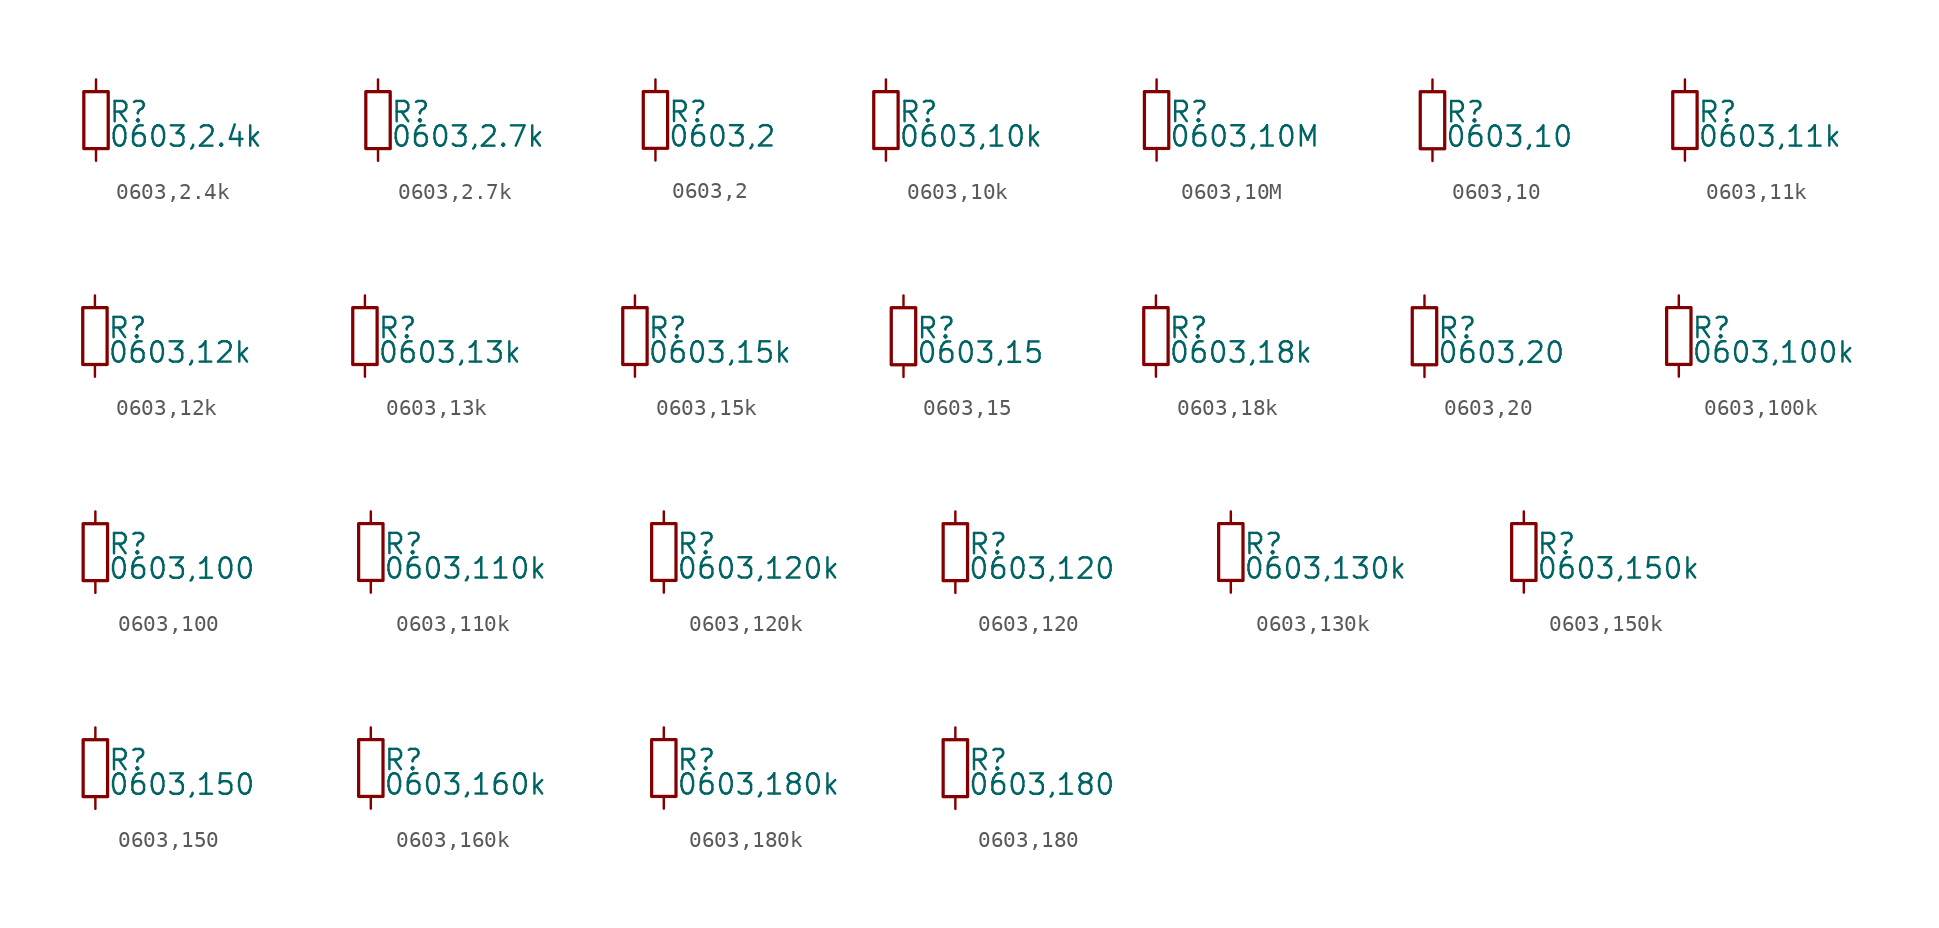
<source format=kicad_sym>
(kicad_symbol_lib
  (version 20220914)
  (generator kicad_symbol_editor)
  (symbol "0603,2.4k"
    (property "Reference" "R"
      (at 0.762 0.508 0)
      (effects (font (size 1.27 1.27)) (justify left)))
    (property "Value" "0603,2.4k"
      (at 0.762 -1.016 0)
      (effects (font (size 1.27 1.27)) (justify left)))
    (property "ki_locked" ""
      (at 0 0 0)
      (effects (font (size 1.27 1.27))))
    (symbol "0603,2.4k_0_0"
      (rectangle (start -0.762 1.778) (end 0.762 -1.778) (stroke (width 0.203) (type default)) (fill (type none)))
      (pin passive line (at 0 2.54 270) (length 0.762) (name "~" (effects (font (size 0 0)))) (number "1" (effects (font (size 0 0)))))
      (pin passive line (at 0 -2.54 90) (length 0.762) (name "~" (effects (font (size 0 0)))) (number "2" (effects (font (size 0 0)))))))
  (symbol "0603,2.7k"
    (property "Reference" "R"
      (at 0.762 0.508 0)
      (effects (font (size 1.27 1.27)) (justify left)))
    (property "Value" "0603,2.7k"
      (at 0.762 -1.016 0)
      (effects (font (size 1.27 1.27)) (justify left)))
    (property "ki_locked" ""
      (at 0 0 0)
      (effects (font (size 1.27 1.27))))
    (symbol "0603,2.7k_0_0"
      (rectangle (start -0.762 1.778) (end 0.762 -1.778) (stroke (width 0.203) (type default)) (fill (type none)))
      (pin passive line (at 0 2.54 270) (length 0.762) (name "~" (effects (font (size 0 0)))) (number "1" (effects (font (size 0 0)))))
      (pin passive line (at 0 -2.54 90) (length 0.762) (name "~" (effects (font (size 0 0)))) (number "2" (effects (font (size 0 0)))))))
  (symbol "0603,2"
    (property "Reference" "R"
      (at 0.762 0.508 0)
      (effects (font (size 1.27 1.27)) (justify left)))
    (property "Value" "0603,2"
      (at 0.762 -1.016 0)
      (effects (font (size 1.27 1.27)) (justify left)))
    (property "ki_locked" ""
      (at 0 0 0)
      (effects (font (size 1.27 1.27))))
    (symbol "0603,2_0_0"
      (rectangle (start -0.762 1.778) (end 0.762 -1.778) (stroke (width 0.203) (type default)) (fill (type none)))
      (pin passive line (at 0 2.54 270) (length 0.762) (name "~" (effects (font (size 0 0)))) (number "1" (effects (font (size 0 0)))))
      (pin passive line (at 0 -2.54 90) (length 0.762) (name "~" (effects (font (size 0 0)))) (number "2" (effects (font (size 0 0)))))))
  (symbol "0603,10k"
    (property "Reference" "R"
      (at 0.762 0.508 0)
      (effects (font (size 1.27 1.27)) (justify left)))
    (property "Value" "0603,10k"
      (at 0.762 -1.016 0)
      (effects (font (size 1.27 1.27)) (justify left)))
    (property "ki_locked" ""
      (at 0 0 0)
      (effects (font (size 1.27 1.27))))
    (symbol "0603,10k_0_0"
      (rectangle (start -0.762 1.778) (end 0.762 -1.778) (stroke (width 0.203) (type default)) (fill (type none)))
      (pin passive line (at 0 2.54 270) (length 0.762) (name "~" (effects (font (size 0 0)))) (number "1" (effects (font (size 0 0)))))
      (pin passive line (at 0 -2.54 90) (length 0.762) (name "~" (effects (font (size 0 0)))) (number "2" (effects (font (size 0 0)))))))
  (symbol "0603,10M"
    (property "Reference" "R"
      (at 0.762 0.508 0)
      (effects (font (size 1.27 1.27)) (justify left)))
    (property "Value" "0603,10M"
      (at 0.762 -1.016 0)
      (effects (font (size 1.27 1.27)) (justify left)))
    (property "ki_locked" ""
      (at 0 0 0)
      (effects (font (size 1.27 1.27))))
    (symbol "0603,10M_0_0"
      (rectangle (start -0.762 1.778) (end 0.762 -1.778) (stroke (width 0.203) (type default)) (fill (type none)))
      (pin passive line (at 0 2.54 270) (length 0.762) (name "~" (effects (font (size 0 0)))) (number "1" (effects (font (size 0 0)))))
      (pin passive line (at 0 -2.54 90) (length 0.762) (name "~" (effects (font (size 0 0)))) (number "2" (effects (font (size 0 0)))))))
  (symbol "0603,10"
    (property "Reference" "R"
      (at 0.762 0.508 0)
      (effects (font (size 1.27 1.27)) (justify left)))
    (property "Value" "0603,10"
      (at 0.762 -1.016 0)
      (effects (font (size 1.27 1.27)) (justify left)))
    (property "ki_locked" ""
      (at 0 0 0)
      (effects (font (size 1.27 1.27))))
    (symbol "0603,10_0_0"
      (rectangle (start -0.762 1.778) (end 0.762 -1.778) (stroke (width 0.203) (type default)) (fill (type none)))
      (pin passive line (at 0 2.54 270) (length 0.762) (name "~" (effects (font (size 0 0)))) (number "1" (effects (font (size 0 0)))))
      (pin passive line (at 0 -2.54 90) (length 0.762) (name "~" (effects (font (size 0 0)))) (number "2" (effects (font (size 0 0)))))))
  (symbol "0603,11k"
    (property "Reference" "R"
      (at 0.762 0.508 0)
      (effects (font (size 1.27 1.27)) (justify left)))
    (property "Value" "0603,11k"
      (at 0.762 -1.016 0)
      (effects (font (size 1.27 1.27)) (justify left)))
    (property "ki_locked" ""
      (at 0 0 0)
      (effects (font (size 1.27 1.27))))
    (symbol "0603,11k_0_0"
      (rectangle (start -0.762 1.778) (end 0.762 -1.778) (stroke (width 0.203) (type default)) (fill (type none)))
      (pin passive line (at 0 2.54 270) (length 0.762) (name "~" (effects (font (size 0 0)))) (number "1" (effects (font (size 0 0)))))
      (pin passive line (at 0 -2.54 90) (length 0.762) (name "~" (effects (font (size 0 0)))) (number "2" (effects (font (size 0 0)))))))
  (symbol "0603,12k"
    (property "Reference" "R"
      (at 0.762 0.508 0)
      (effects (font (size 1.27 1.27)) (justify left)))
    (property "Value" "0603,12k"
      (at 0.762 -1.016 0)
      (effects (font (size 1.27 1.27)) (justify left)))
    (property "ki_locked" ""
      (at 0 0 0)
      (effects (font (size 1.27 1.27))))
    (symbol "0603,12k_0_0"
      (rectangle (start -0.762 1.778) (end 0.762 -1.778) (stroke (width 0.203) (type default)) (fill (type none)))
      (pin passive line (at 0 2.54 270) (length 0.762) (name "~" (effects (font (size 0 0)))) (number "1" (effects (font (size 0 0)))))
      (pin passive line (at 0 -2.54 90) (length 0.762) (name "~" (effects (font (size 0 0)))) (number "2" (effects (font (size 0 0)))))))
  (symbol "0603,13k"
    (property "Reference" "R"
      (at 0.762 0.508 0)
      (effects (font (size 1.27 1.27)) (justify left)))
    (property "Value" "0603,13k"
      (at 0.762 -1.016 0)
      (effects (font (size 1.27 1.27)) (justify left)))
    (property "ki_locked" ""
      (at 0 0 0)
      (effects (font (size 1.27 1.27))))
    (symbol "0603,13k_0_0"
      (rectangle (start -0.762 1.778) (end 0.762 -1.778) (stroke (width 0.203) (type default)) (fill (type none)))
      (pin passive line (at 0 2.54 270) (length 0.762) (name "~" (effects (font (size 0 0)))) (number "1" (effects (font (size 0 0)))))
      (pin passive line (at 0 -2.54 90) (length 0.762) (name "~" (effects (font (size 0 0)))) (number "2" (effects (font (size 0 0)))))))
  (symbol "0603,15k"
    (property "Reference" "R"
      (at 0.762 0.508 0)
      (effects (font (size 1.27 1.27)) (justify left)))
    (property "Value" "0603,15k"
      (at 0.762 -1.016 0)
      (effects (font (size 1.27 1.27)) (justify left)))
    (property "ki_locked" ""
      (at 0 0 0)
      (effects (font (size 1.27 1.27))))
    (symbol "0603,15k_0_0"
      (rectangle (start -0.762 1.778) (end 0.762 -1.778) (stroke (width 0.203) (type default)) (fill (type none)))
      (pin passive line (at 0 2.54 270) (length 0.762) (name "~" (effects (font (size 0 0)))) (number "1" (effects (font (size 0 0)))))
      (pin passive line (at 0 -2.54 90) (length 0.762) (name "~" (effects (font (size 0 0)))) (number "2" (effects (font (size 0 0)))))))
  (symbol "0603,15"
    (property "Reference" "R"
      (at 0.762 0.508 0)
      (effects (font (size 1.27 1.27)) (justify left)))
    (property "Value" "0603,15"
      (at 0.762 -1.016 0)
      (effects (font (size 1.27 1.27)) (justify left)))
    (property "ki_locked" ""
      (at 0 0 0)
      (effects (font (size 1.27 1.27))))
    (symbol "0603,15_0_0"
      (rectangle (start -0.762 1.778) (end 0.762 -1.778) (stroke (width 0.203) (type default)) (fill (type none)))
      (pin passive line (at 0 2.54 270) (length 0.762) (name "~" (effects (font (size 0 0)))) (number "1" (effects (font (size 0 0)))))
      (pin passive line (at 0 -2.54 90) (length 0.762) (name "~" (effects (font (size 0 0)))) (number "2" (effects (font (size 0 0)))))))
  (symbol "0603,18k"
    (property "Reference" "R"
      (at 0.762 0.508 0)
      (effects (font (size 1.27 1.27)) (justify left)))
    (property "Value" "0603,18k"
      (at 0.762 -1.016 0)
      (effects (font (size 1.27 1.27)) (justify left)))
    (property "ki_locked" ""
      (at 0 0 0)
      (effects (font (size 1.27 1.27))))
    (symbol "0603,18k_0_0"
      (rectangle (start -0.762 1.778) (end 0.762 -1.778) (stroke (width 0.203) (type default)) (fill (type none)))
      (pin passive line (at 0 2.54 270) (length 0.762) (name "~" (effects (font (size 0 0)))) (number "1" (effects (font (size 0 0)))))
      (pin passive line (at 0 -2.54 90) (length 0.762) (name "~" (effects (font (size 0 0)))) (number "2" (effects (font (size 0 0)))))))
  (symbol "0603,20"
    (property "Reference" "R"
      (at 0.762 0.508 0)
      (effects (font (size 1.27 1.27)) (justify left)))
    (property "Value" "0603,20"
      (at 0.762 -1.016 0)
      (effects (font (size 1.27 1.27)) (justify left)))
    (property "ki_locked" ""
      (at 0 0 0)
      (effects (font (size 1.27 1.27))))
    (symbol "0603,20_0_0"
      (rectangle (start -0.762 1.778) (end 0.762 -1.778) (stroke (width 0.203) (type default)) (fill (type none)))
      (pin passive line (at 0 2.54 270) (length 0.762) (name "~" (effects (font (size 0 0)))) (number "1" (effects (font (size 0 0)))))
      (pin passive line (at 0 -2.54 90) (length 0.762) (name "~" (effects (font (size 0 0)))) (number "2" (effects (font (size 0 0)))))))
  (symbol "0603,100k"
    (property "Reference" "R"
      (at 0.762 0.508 0)
      (effects (font (size 1.27 1.27)) (justify left)))
    (property "Value" "0603,100k"
      (at 0.762 -1.016 0)
      (effects (font (size 1.27 1.27)) (justify left)))
    (property "ki_locked" ""
      (at 0 0 0)
      (effects (font (size 1.27 1.27))))
    (symbol "0603,100k_0_0"
      (rectangle (start -0.762 1.778) (end 0.762 -1.778) (stroke (width 0.203) (type default)) (fill (type none)))
      (pin passive line (at 0 2.54 270) (length 0.762) (name "~" (effects (font (size 0 0)))) (number "1" (effects (font (size 0 0)))))
      (pin passive line (at 0 -2.54 90) (length 0.762) (name "~" (effects (font (size 0 0)))) (number "2" (effects (font (size 0 0)))))))
  (symbol "0603,100"
    (property "Reference" "R"
      (at 0.762 0.508 0)
      (effects (font (size 1.27 1.27)) (justify left)))
    (property "Value" "0603,100"
      (at 0.762 -1.016 0)
      (effects (font (size 1.27 1.27)) (justify left)))
    (property "ki_locked" ""
      (at 0 0 0)
      (effects (font (size 1.27 1.27))))
    (symbol "0603,100_0_0"
      (rectangle (start -0.762 1.778) (end 0.762 -1.778) (stroke (width 0.203) (type default)) (fill (type none)))
      (pin passive line (at 0 2.54 270) (length 0.762) (name "~" (effects (font (size 0 0)))) (number "1" (effects (font (size 0 0)))))
      (pin passive line (at 0 -2.54 90) (length 0.762) (name "~" (effects (font (size 0 0)))) (number "2" (effects (font (size 0 0)))))))
  (symbol "0603,110k"
    (property "Reference" "R"
      (at 0.762 0.508 0)
      (effects (font (size 1.27 1.27)) (justify left)))
    (property "Value" "0603,110k"
      (at 0.762 -1.016 0)
      (effects (font (size 1.27 1.27)) (justify left)))
    (property "ki_locked" ""
      (at 0 0 0)
      (effects (font (size 1.27 1.27))))
    (symbol "0603,110k_0_0"
      (rectangle (start -0.762 1.778) (end 0.762 -1.778) (stroke (width 0.203) (type default)) (fill (type none)))
      (pin passive line (at 0 2.54 270) (length 0.762) (name "~" (effects (font (size 0 0)))) (number "1" (effects (font (size 0 0)))))
      (pin passive line (at 0 -2.54 90) (length 0.762) (name "~" (effects (font (size 0 0)))) (number "2" (effects (font (size 0 0)))))))
  (symbol "0603,120k"
    (property "Reference" "R"
      (at 0.762 0.508 0)
      (effects (font (size 1.27 1.27)) (justify left)))
    (property "Value" "0603,120k"
      (at 0.762 -1.016 0)
      (effects (font (size 1.27 1.27)) (justify left)))
    (property "ki_locked" ""
      (at 0 0 0)
      (effects (font (size 1.27 1.27))))
    (symbol "0603,120k_0_0"
      (rectangle (start -0.762 1.778) (end 0.762 -1.778) (stroke (width 0.203) (type default)) (fill (type none)))
      (pin passive line (at 0 2.54 270) (length 0.762) (name "~" (effects (font (size 0 0)))) (number "1" (effects (font (size 0 0)))))
      (pin passive line (at 0 -2.54 90) (length 0.762) (name "~" (effects (font (size 0 0)))) (number "2" (effects (font (size 0 0)))))))
  (symbol "0603,120"
    (property "Reference" "R"
      (at 0.762 0.508 0)
      (effects (font (size 1.27 1.27)) (justify left)))
    (property "Value" "0603,120"
      (at 0.762 -1.016 0)
      (effects (font (size 1.27 1.27)) (justify left)))
    (property "ki_locked" ""
      (at 0 0 0)
      (effects (font (size 1.27 1.27))))
    (symbol "0603,120_0_0"
      (rectangle (start -0.762 1.778) (end 0.762 -1.778) (stroke (width 0.203) (type default)) (fill (type none)))
      (pin passive line (at 0 2.54 270) (length 0.762) (name "~" (effects (font (size 0 0)))) (number "1" (effects (font (size 0 0)))))
      (pin passive line (at 0 -2.54 90) (length 0.762) (name "~" (effects (font (size 0 0)))) (number "2" (effects (font (size 0 0)))))))
  (symbol "0603,130k"
    (property "Reference" "R"
      (at 0.762 0.508 0)
      (effects (font (size 1.27 1.27)) (justify left)))
    (property "Value" "0603,130k"
      (at 0.762 -1.016 0)
      (effects (font (size 1.27 1.27)) (justify left)))
    (property "ki_locked" ""
      (at 0 0 0)
      (effects (font (size 1.27 1.27))))
    (symbol "0603,130k_0_0"
      (rectangle (start -0.762 1.778) (end 0.762 -1.778) (stroke (width 0.203) (type default)) (fill (type none)))
      (pin passive line (at 0 2.54 270) (length 0.762) (name "~" (effects (font (size 0 0)))) (number "1" (effects (font (size 0 0)))))
      (pin passive line (at 0 -2.54 90) (length 0.762) (name "~" (effects (font (size 0 0)))) (number "2" (effects (font (size 0 0)))))))
  (symbol "0603,150k"
    (property "Reference" "R"
      (at 0.762 0.508 0)
      (effects (font (size 1.27 1.27)) (justify left)))
    (property "Value" "0603,150k"
      (at 0.762 -1.016 0)
      (effects (font (size 1.27 1.27)) (justify left)))
    (property "ki_locked" ""
      (at 0 0 0)
      (effects (font (size 1.27 1.27))))
    (symbol "0603,150k_0_0"
      (rectangle (start -0.762 1.778) (end 0.762 -1.778) (stroke (width 0.203) (type default)) (fill (type none)))
      (pin passive line (at 0 2.54 270) (length 0.762) (name "~" (effects (font (size 0 0)))) (number "1" (effects (font (size 0 0)))))
      (pin passive line (at 0 -2.54 90) (length 0.762) (name "~" (effects (font (size 0 0)))) (number "2" (effects (font (size 0 0)))))))
  (symbol "0603,150"
    (property "Reference" "R"
      (at 0.762 0.508 0)
      (effects (font (size 1.27 1.27)) (justify left)))
    (property "Value" "0603,150"
      (at 0.762 -1.016 0)
      (effects (font (size 1.27 1.27)) (justify left)))
    (property "ki_locked" ""
      (at 0 0 0)
      (effects (font (size 1.27 1.27))))
    (symbol "0603,150_0_0"
      (rectangle (start -0.762 1.778) (end 0.762 -1.778) (stroke (width 0.203) (type default)) (fill (type none)))
      (pin passive line (at 0 2.54 270) (length 0.762) (name "~" (effects (font (size 0 0)))) (number "1" (effects (font (size 0 0)))))
      (pin passive line (at 0 -2.54 90) (length 0.762) (name "~" (effects (font (size 0 0)))) (number "2" (effects (font (size 0 0)))))))
  (symbol "0603,160k"
    (property "Reference" "R"
      (at 0.762 0.508 0)
      (effects (font (size 1.27 1.27)) (justify left)))
    (property "Value" "0603,160k"
      (at 0.762 -1.016 0)
      (effects (font (size 1.27 1.27)) (justify left)))
    (property "ki_locked" ""
      (at 0 0 0)
      (effects (font (size 1.27 1.27))))
    (symbol "0603,160k_0_0"
      (rectangle (start -0.762 1.778) (end 0.762 -1.778) (stroke (width 0.203) (type default)) (fill (type none)))
      (pin passive line (at 0 2.54 270) (length 0.762) (name "~" (effects (font (size 0 0)))) (number "1" (effects (font (size 0 0)))))
      (pin passive line (at 0 -2.54 90) (length 0.762) (name "~" (effects (font (size 0 0)))) (number "2" (effects (font (size 0 0)))))))
  (symbol "0603,180k"
    (property "Reference" "R"
      (at 0.762 0.508 0)
      (effects (font (size 1.27 1.27)) (justify left)))
    (property "Value" "0603,180k"
      (at 0.762 -1.016 0)
      (effects (font (size 1.27 1.27)) (justify left)))
    (property "ki_locked" ""
      (at 0 0 0)
      (effects (font (size 1.27 1.27))))
    (symbol "0603,180k_0_0"
      (rectangle (start -0.762 1.778) (end 0.762 -1.778) (stroke (width 0.203) (type default)) (fill (type none)))
      (pin passive line (at 0 2.54 270) (length 0.762) (name "~" (effects (font (size 0 0)))) (number "1" (effects (font (size 0 0)))))
      (pin passive line (at 0 -2.54 90) (length 0.762) (name "~" (effects (font (size 0 0)))) (number "2" (effects (font (size 0 0)))))))
  (symbol "0603,180"
    (property "Reference" "R"
      (at 0.762 0.508 0)
      (effects (font (size 1.27 1.27)) (justify left)))
    (property "Value" "0603,180"
      (at 0.762 -1.016 0)
      (effects (font (size 1.27 1.27)) (justify left)))
    (property "ki_locked" ""
      (at 0 0 0)
      (effects (font (size 1.27 1.27))))
    (symbol "0603,180_0_0"
      (rectangle (start -0.762 1.778) (end 0.762 -1.778) (stroke (width 0.203) (type default)) (fill (type none)))
      (pin passive line (at 0 2.54 270) (length 0.762) (name "~" (effects (font (size 0 0)))) (number "1" (effects (font (size 0 0)))))
      (pin passive line (at 0 -2.54 90) (length 0.762) (name "~" (effects (font (size 0 0)))) (number "2" (effects (font (size 0 0))))))))
</source>
